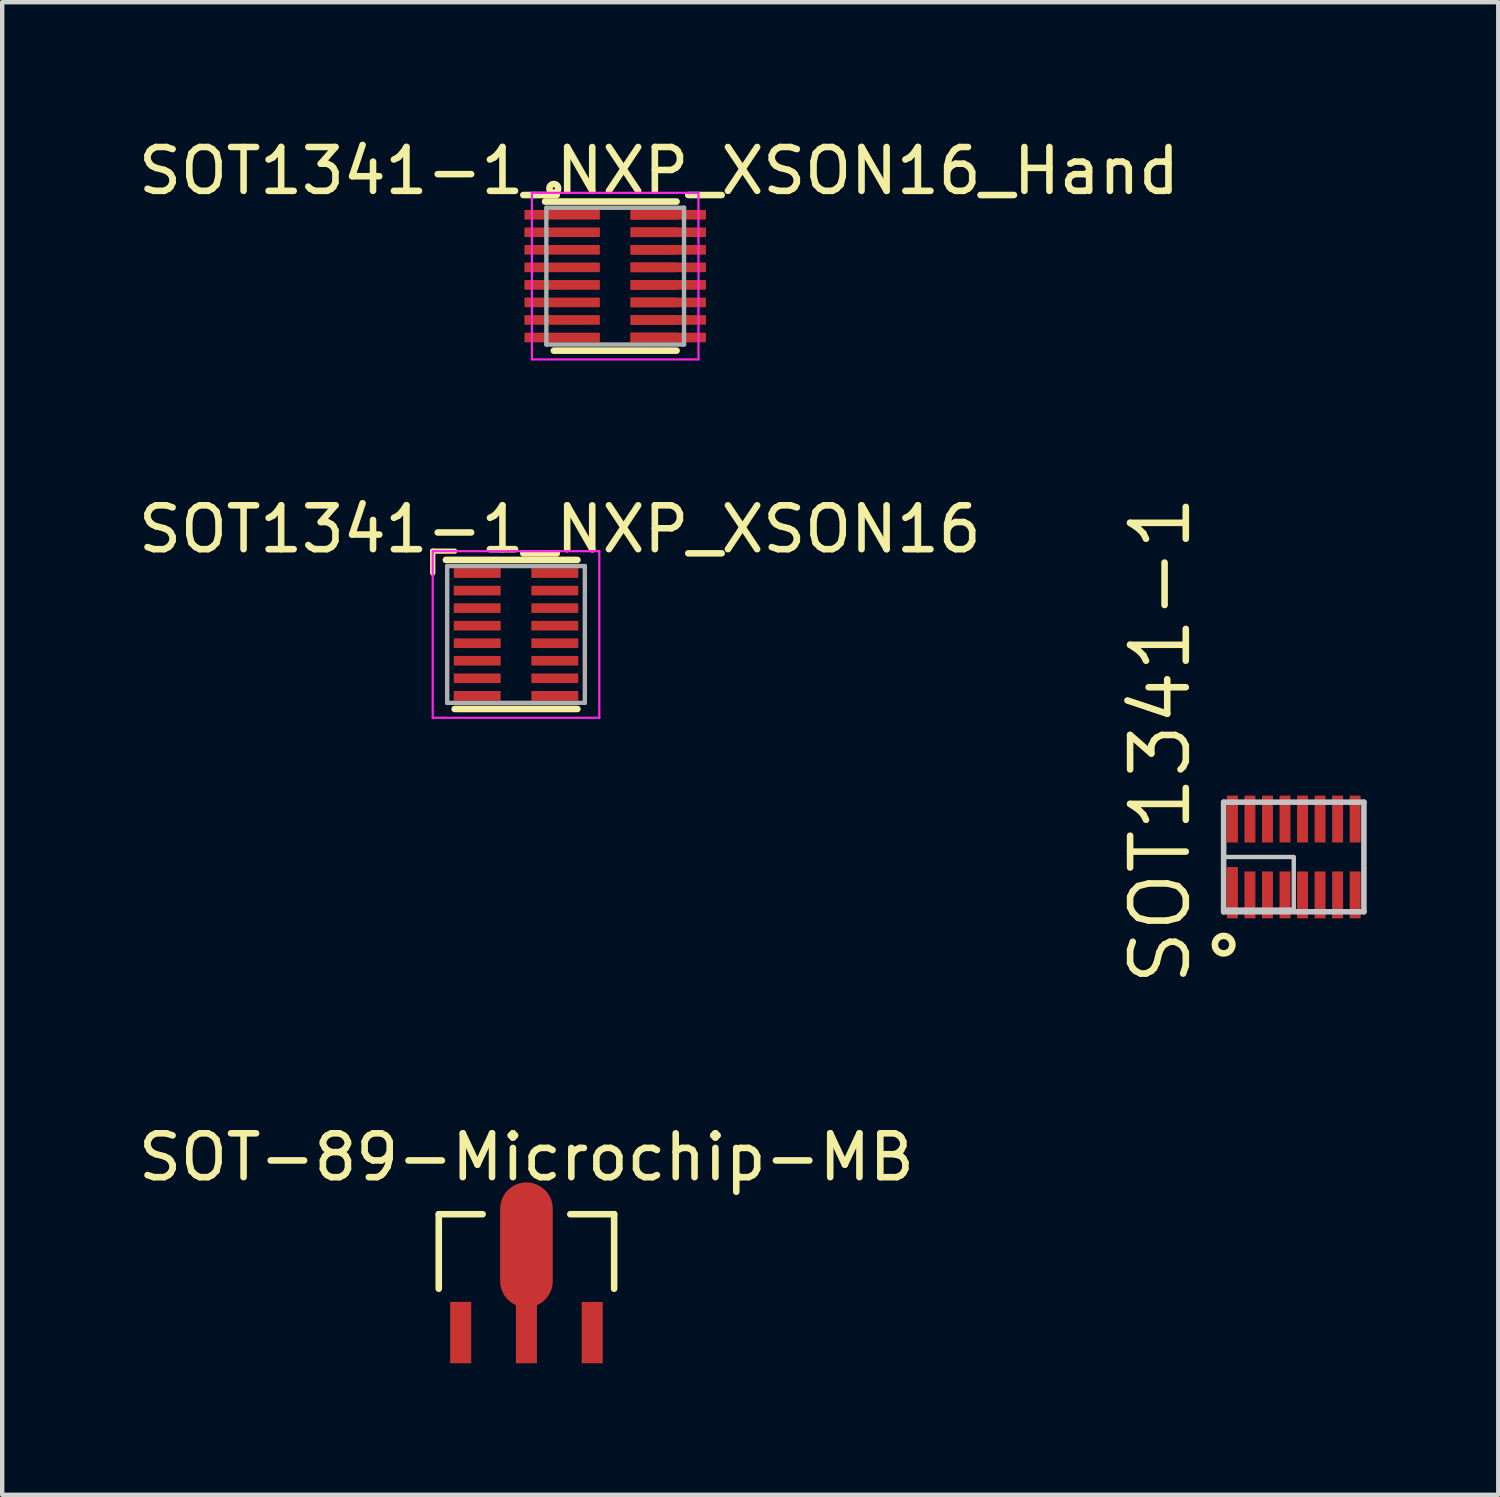
<source format=kicad_pcb>
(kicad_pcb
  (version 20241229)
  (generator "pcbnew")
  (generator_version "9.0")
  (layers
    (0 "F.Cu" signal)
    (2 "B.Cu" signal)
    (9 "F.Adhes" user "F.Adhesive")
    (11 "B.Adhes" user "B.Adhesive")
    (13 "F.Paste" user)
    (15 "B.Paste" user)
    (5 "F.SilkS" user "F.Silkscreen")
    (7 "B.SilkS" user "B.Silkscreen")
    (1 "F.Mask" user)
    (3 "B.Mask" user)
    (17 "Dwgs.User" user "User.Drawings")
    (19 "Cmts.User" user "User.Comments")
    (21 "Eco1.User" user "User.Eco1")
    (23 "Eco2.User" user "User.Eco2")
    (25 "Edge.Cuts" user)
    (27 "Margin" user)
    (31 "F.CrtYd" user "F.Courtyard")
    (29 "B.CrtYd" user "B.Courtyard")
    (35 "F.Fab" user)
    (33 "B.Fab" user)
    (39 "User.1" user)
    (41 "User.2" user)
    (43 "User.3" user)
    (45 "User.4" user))
  (footprint "SOT1341-1_NXP_XSON16"
    (layer "F.Cu")
    (at 8.72 11.421)
    (property "Reference" "SOT1341-1_NXP_XSON16" (at 1 -2.4 0) (layer "F.SilkS") (effects (font (size 1 1) (thickness 0.15))))
    (attr smd)
    (fp_line (start -1.9 -1.9) (end -1.9 -1.4) (stroke (width 0.12) (type solid)) (layer "F.SilkS"))
    (fp_line (start -1.6 -1.7) (end 1.4 -1.7) (stroke (width 0.15) (type solid)) (layer "F.SilkS"))
    (fp_line (start -1.4 -1.9) (end -1.9 -1.9) (stroke (width 0.12) (type solid)) (layer "F.SilkS"))
    (fp_line (start -1.4 1.7) (end 1.4 1.7) (stroke (width 0.15) (type solid)) (layer "F.SilkS"))
    (fp_line (start -1.9 -1.9) (end -1.9 1.9) (stroke (width 0.05) (type solid)) (layer "F.CrtYd"))
    (fp_line (start -1.9 1.9) (end 1.9 1.9) (stroke (width 0.05) (type solid)) (layer "F.CrtYd"))
    (fp_line (start 1.9 -1.9) (end -1.9 -1.9) (stroke (width 0.05) (type solid)) (layer "F.CrtYd"))
    (fp_line (start 1.9 1.9) (end 1.9 -1.9) (stroke (width 0.05) (type solid)) (layer "F.CrtYd"))
    (fp_line (start -1.57 -1.56) (end 1.57 -1.56) (stroke (width 0.1) (type solid)) (layer "F.Fab"))
    (fp_line (start -1.57 1.56) (end -1.57 -1.56) (stroke (width 0.1) (type solid)) (layer "F.Fab"))
    (fp_line (start 1.57 -1.56) (end 1.57 1.56) (stroke (width 0.1) (type solid)) (layer "F.Fab"))
    (fp_line (start 1.57 1.56) (end -1.57 1.56) (stroke (width 0.1) (type solid)) (layer "F.Fab"))
    (pad "1" smd rect (at -0.885 -1.4 270) (size 0.22 1.07) (layers "F.Cu" "F.Mask" "F.Paste"))
    (pad "2" smd rect (at -0.885 -1 270) (size 0.22 1.07) (layers "F.Cu" "F.Mask" "F.Paste"))
    (pad "3" smd rect (at -0.885 -0.6 270) (size 0.22 1.07) (layers "F.Cu" "F.Mask" "F.Paste"))
    (pad "4" smd rect (at -0.885 -0.2 270) (size 0.22 1.07) (layers "F.Cu" "F.Mask" "F.Paste"))
    (pad "5" smd rect (at -0.885 0.2 270) (size 0.22 1.07) (layers "F.Cu" "F.Mask" "F.Paste"))
    (pad "6" smd rect (at -0.885 0.6 270) (size 0.22 1.07) (layers "F.Cu" "F.Mask" "F.Paste"))
    (pad "7" smd rect (at -0.885 1 270) (size 0.22 1.07) (layers "F.Cu" "F.Mask" "F.Paste"))
    (pad "8" smd rect (at -0.885 1.4 270) (size 0.22 1.07) (layers "F.Cu" "F.Mask" "F.Paste"))
    (pad "9" smd rect (at 0.885 1.4 270) (size 0.22 1.07) (layers "F.Cu" "F.Mask" "F.Paste"))
    (pad "10" smd rect (at 0.885 1 270) (size 0.22 1.07) (layers "F.Cu" "F.Mask" "F.Paste"))
    (pad "11" smd rect (at 0.885 0.6 270) (size 0.22 1.07) (layers "F.Cu" "F.Mask" "F.Paste"))
    (pad "12" smd rect (at 0.885 0.2 270) (size 0.22 1.07) (layers "F.Cu" "F.Mask" "F.Paste"))
    (pad "13" smd rect (at 0.885 -0.2 270) (size 0.22 1.07) (layers "F.Cu" "F.Mask" "F.Paste"))
    (pad "14" smd rect (at 0.885 -0.6 270) (size 0.22 1.07) (layers "F.Cu" "F.Mask" "F.Paste"))
    (pad "15" smd rect (at 0.885 -1 270) (size 0.22 1.07) (layers "F.Cu" "F.Mask" "F.Paste"))
    (pad "16" smd rect (at 0.885 -1.4 270) (size 0.22 1.07) (layers "F.Cu" "F.Mask" "F.Paste")))
  (footprint "SOT1341-1"
    (layer "F.Cu")
    (at 26.46 16.497)
    (property "Reference" "SOT1341-1" (at -2.3 3 90) (layer "F.SilkS") (effects (font (size 1.27 1.27) (thickness 0.15)) (justify left bottom)))
    (attr through_hole)
    (fp_poly (pts (xy -1.575 -0.28) (xy 1.575 -0.28) (xy 1.575 -1.45) (xy -1.575 -1.45)) (stroke (width 0) (type solid)) (fill yes) (layer "F.Mask"))
    (fp_poly (pts (xy -1.575 1.45) (xy -1.2 1.45) (xy -1.2 0.18) (xy -1.575 0.18)) (stroke (width 0) (type solid)) (fill yes) (layer "F.Mask"))
    (fp_poly (pts (xy -1.2 1.45) (xy 1.575 1.45) (xy 1.575 0.28) (xy -1.2 0.28)) (stroke (width 0) (type solid)) (fill yes) (layer "F.Mask"))
    (fp_circle (center -1.6 2) (end -1.4 2) (stroke (width 0.15) (type solid)) (fill no) (layer "F.SilkS"))
    (fp_line (start -1.6 -1.25) (end 1.6 -1.25) (stroke (width 0.127) (type solid)) (layer "Dwgs.User"))
    (fp_line (start -1.6 1.25) (end -1.6 -1.25) (stroke (width 0.127) (type solid)) (layer "Dwgs.User"))
    (fp_line (start 1.6 -1.25) (end 1.6 1.25) (stroke (width 0.127) (type solid)) (layer "Dwgs.User"))
    (fp_line (start 1.6 1.25) (end -1.6 1.25) (stroke (width 0.127) (type solid)) (layer "Dwgs.User"))
    (fp_poly (pts (xy -1.6 1.2) (xy 0 1.2) (xy 0 0) (xy -1.6 0)) (stroke (width 0.1) (type solid)) (fill no) (layer "Dwgs.User"))
    (pad "1" smd rect (at -1.4 0.815) (size 0.25 1.17) (layers "F.Cu" "F.Mask" "F.Paste"))
    (pad "2" smd rect (at -1 0.865) (size 0.25 1.07) (layers "F.Cu" "F.Mask" "F.Paste"))
    (pad "3" smd rect (at -0.6 0.865) (size 0.25 1.07) (layers "F.Cu" "F.Mask" "F.Paste"))
    (pad "4" smd rect (at -0.2 0.865) (size 0.25 1.07) (layers "F.Cu" "F.Mask" "F.Paste"))
    (pad "5" smd rect (at 0.2 0.865) (size 0.25 1.07) (layers "F.Cu" "F.Mask" "F.Paste"))
    (pad "6" smd rect (at 0.6 0.865) (size 0.25 1.07) (layers "F.Cu" "F.Mask" "F.Paste"))
    (pad "7" smd rect (at 1 0.865) (size 0.25 1.07) (layers "F.Cu" "F.Mask" "F.Paste"))
    (pad "8" smd rect (at 1.4 0.865) (size 0.25 1.07) (layers "F.Cu" "F.Mask" "F.Paste"))
    (pad "9" smd rect (at 1.4 -0.865) (size 0.25 1.07) (layers "F.Cu" "F.Mask" "F.Paste"))
    (pad "10" smd rect (at 1 -0.865) (size 0.25 1.07) (layers "F.Cu" "F.Mask" "F.Paste"))
    (pad "11" smd rect (at 0.6 -0.865) (size 0.25 1.07) (layers "F.Cu" "F.Mask" "F.Paste"))
    (pad "12" smd rect (at 0.2 -0.865) (size 0.25 1.07) (layers "F.Cu" "F.Mask" "F.Paste"))
    (pad "13" smd rect (at -0.2 -0.865) (size 0.25 1.07) (layers "F.Cu" "F.Mask" "F.Paste"))
    (pad "14" smd rect (at -0.6 -0.865) (size 0.25 1.07) (layers "F.Cu" "F.Mask" "F.Paste"))
    (pad "15" smd rect (at -1 -0.865) (size 0.25 1.07) (layers "F.Cu" "F.Mask" "F.Paste"))
    (pad "16" smd rect (at -1.4 -0.865) (size 0.25 1.07) (layers "F.Cu" "F.Mask" "F.Paste")))
  (footprint "SOT1341-1_NXP_XSON16_Hand"
    (layer "F.Cu")
    (at 10.982 3.248)
    (property "Reference" "SOT1341-1_NXP_XSON16_Hand" (at 1 -2.4 0) (layer "F.SilkS") (effects (font (size 1 1) (thickness 0.15))))
    (attr smd)
    (fp_line (start -1.6 -1.7) (end 1.4 -1.7) (stroke (width 0.15) (type solid)) (layer "F.SilkS"))
    (fp_line (start -1.4 1.7) (end 1.4 1.7) (stroke (width 0.15) (type solid)) (layer "F.SilkS"))
    (fp_circle (center -1.4 -2) (end -1.3 -2) (stroke (width 0.15) (type solid)) (fill no) (layer "F.SilkS"))
    (fp_line (start -1.9 -1.9) (end -1.9 1.9) (stroke (width 0.05) (type solid)) (layer "F.CrtYd"))
    (fp_line (start -1.9 1.9) (end 1.9 1.9) (stroke (width 0.05) (type solid)) (layer "F.CrtYd"))
    (fp_line (start 1.9 -1.9) (end -1.9 -1.9) (stroke (width 0.05) (type solid)) (layer "F.CrtYd"))
    (fp_line (start 1.9 1.9) (end 1.9 -1.9) (stroke (width 0.05) (type solid)) (layer "F.CrtYd"))
    (fp_line (start -1.57 -1.56) (end 1.57 -1.56) (stroke (width 0.1) (type solid)) (layer "F.Fab"))
    (fp_line (start -1.57 1.56) (end -1.57 -1.56) (stroke (width 0.1) (type solid)) (layer "F.Fab"))
    (fp_line (start 1.57 -1.56) (end 1.57 1.56) (stroke (width 0.1) (type solid)) (layer "F.Fab"))
    (fp_line (start 1.57 1.56) (end -1.57 1.56) (stroke (width 0.1) (type solid)) (layer "F.Fab"))
    (pad "" smd rect (at -0.885 -1.4 270) (size 0.22 1.07) (layers "F.Paste"))
    (pad "" smd rect (at -0.885 -1 270) (size 0.22 1.07) (layers "F.Paste"))
    (pad "" smd rect (at -0.885 -0.6 270) (size 0.22 1.07) (layers "F.Paste"))
    (pad "" smd rect (at -0.885 -0.2 270) (size 0.22 1.07) (layers "F.Paste"))
    (pad "" smd rect (at -0.885 0.2 270) (size 0.22 1.07) (layers "F.Paste"))
    (pad "" smd rect (at -0.885 0.6 270) (size 0.22 1.07) (layers "F.Paste"))
    (pad "" smd rect (at -0.885 1 270) (size 0.22 1.07) (layers "F.Paste"))
    (pad "" smd rect (at -0.885 1.4 270) (size 0.22 1.07) (layers "F.Paste"))
    (pad "1" smd rect (at -1.21 -1.4 270) (size 0.22 1.72) (layers "F.Cu" "F.Mask"))
    (pad "2" smd rect (at -1.21 -1 270) (size 0.22 1.72) (layers "F.Cu" "F.Mask"))
    (pad "3" smd rect (at -1.21 -0.6 270) (size 0.22 1.72) (layers "F.Cu" "F.Mask"))
    (pad "4" smd rect (at -1.21 -0.2 270) (size 0.22 1.72) (layers "F.Cu" "F.Mask"))
    (pad "5" smd rect (at -1.21 0.2 270) (size 0.22 1.72) (layers "F.Cu" "F.Mask"))
    (pad "6" smd rect (at -1.21 0.6 270) (size 0.22 1.72) (layers "F.Cu" "F.Mask"))
    (pad "7" smd rect (at -1.21 1 270) (size 0.22 1.72) (layers "F.Cu" "F.Mask"))
    (pad "8" smd rect (at -1.21 1.4 270) (size 0.22 1.72) (layers "F.Cu" "F.Mask"))
    (pad "9" smd rect (at 0.885 1.4 270) (size 0.22 1.07) (layers "F.Cu" "F.Mask" "F.Paste"))
    (pad "9" smd rect (at 1.21 1.4 270) (size 0.22 1.72) (layers "F.Cu" "F.Mask"))
    (pad "10" smd rect (at 0.885 1 270) (size 0.22 1.07) (layers "F.Cu" "F.Mask" "F.Paste"))
    (pad "10" smd rect (at 1.21 1 270) (size 0.22 1.72) (layers "F.Cu" "F.Mask"))
    (pad "11" smd rect (at 0.885 0.6 270) (size 0.22 1.07) (layers "F.Cu" "F.Mask" "F.Paste"))
    (pad "11" smd rect (at 1.21 0.6 270) (size 0.22 1.72) (layers "F.Cu" "F.Mask"))
    (pad "12" smd rect (at 0.885 0.2 270) (size 0.22 1.07) (layers "F.Cu" "F.Mask" "F.Paste"))
    (pad "12" smd rect (at 1.21 0.2 270) (size 0.22 1.72) (layers "F.Cu" "F.Mask"))
    (pad "13" smd rect (at 0.885 -0.2 270) (size 0.22 1.07) (layers "F.Cu" "F.Mask" "F.Paste"))
    (pad "13" smd rect (at 1.21 -0.2 270) (size 0.22 1.72) (layers "F.Cu" "F.Mask"))
    (pad "14" smd rect (at 0.885 -0.6 270) (size 0.22 1.07) (layers "F.Cu" "F.Mask" "F.Paste"))
    (pad "14" smd rect (at 1.21 -0.6 270) (size 0.22 1.72) (layers "F.Cu" "F.Mask"))
    (pad "15" smd rect (at 0.885 -1 270) (size 0.22 1.07) (layers "F.Cu" "F.Mask" "F.Paste"))
    (pad "15" smd rect (at 1.21 -1 270) (size 0.22 1.72) (layers "F.Cu" "F.Mask"))
    (pad "16" smd rect (at 0.885 -1.4 270) (size 0.22 1.07) (layers "F.Cu" "F.Mask" "F.Paste"))
    (pad "16" smd rect (at 1.21 -1.4 270) (size 0.22 1.72) (layers "F.Cu" "F.Mask")))
  (footprint "SOT-89-Microchip-MB"
    (layer "F.Cu")
    (at 8.958 27.345)
    (property "Reference" "SOT-89-Microchip-MB" (at 0 -4 0) (layer "F.SilkS") (effects (font (size 1 1) (thickness 0.15))))
    (attr through_hole)
    (fp_line (start -2 -2.7) (end -1 -2.7) (stroke (width 0.15) (type solid)) (layer "F.SilkS"))
    (fp_line (start -2 -1) (end -2 -2.7) (stroke (width 0.15) (type solid)) (layer "F.SilkS"))
    (fp_line (start 1 -2.7) (end 2 -2.7) (stroke (width 0.15) (type solid)) (layer "F.SilkS"))
    (fp_line (start 2 -2.7) (end 2 -1) (stroke (width 0.15) (type solid)) (layer "F.SilkS"))
    (pad "1" smd rect (at -1.5 0) (size 0.48 1.4) (layers "F.Cu" "F.Mask" "F.Paste"))
    (pad "2" smd rect (at 0 0) (size 0.48 1.4) (layers "F.Cu" "F.Mask" "F.Paste"))
    (pad "3" smd rect (at 1.5 0) (size 0.48 1.4) (layers "F.Cu" "F.Mask" "F.Paste"))
    (pad "TAB" smd oval (at 0 -2) (size 1.2 2.85) (layers "F.Cu" "F.Mask" "F.Paste")))
  (gr_rect
    (start -3 -3)
    (end 31.124 31.045)
    (stroke (width 0.1) (type default))
    (fill no)
    (layer "Edge.Cuts")))
</source>
